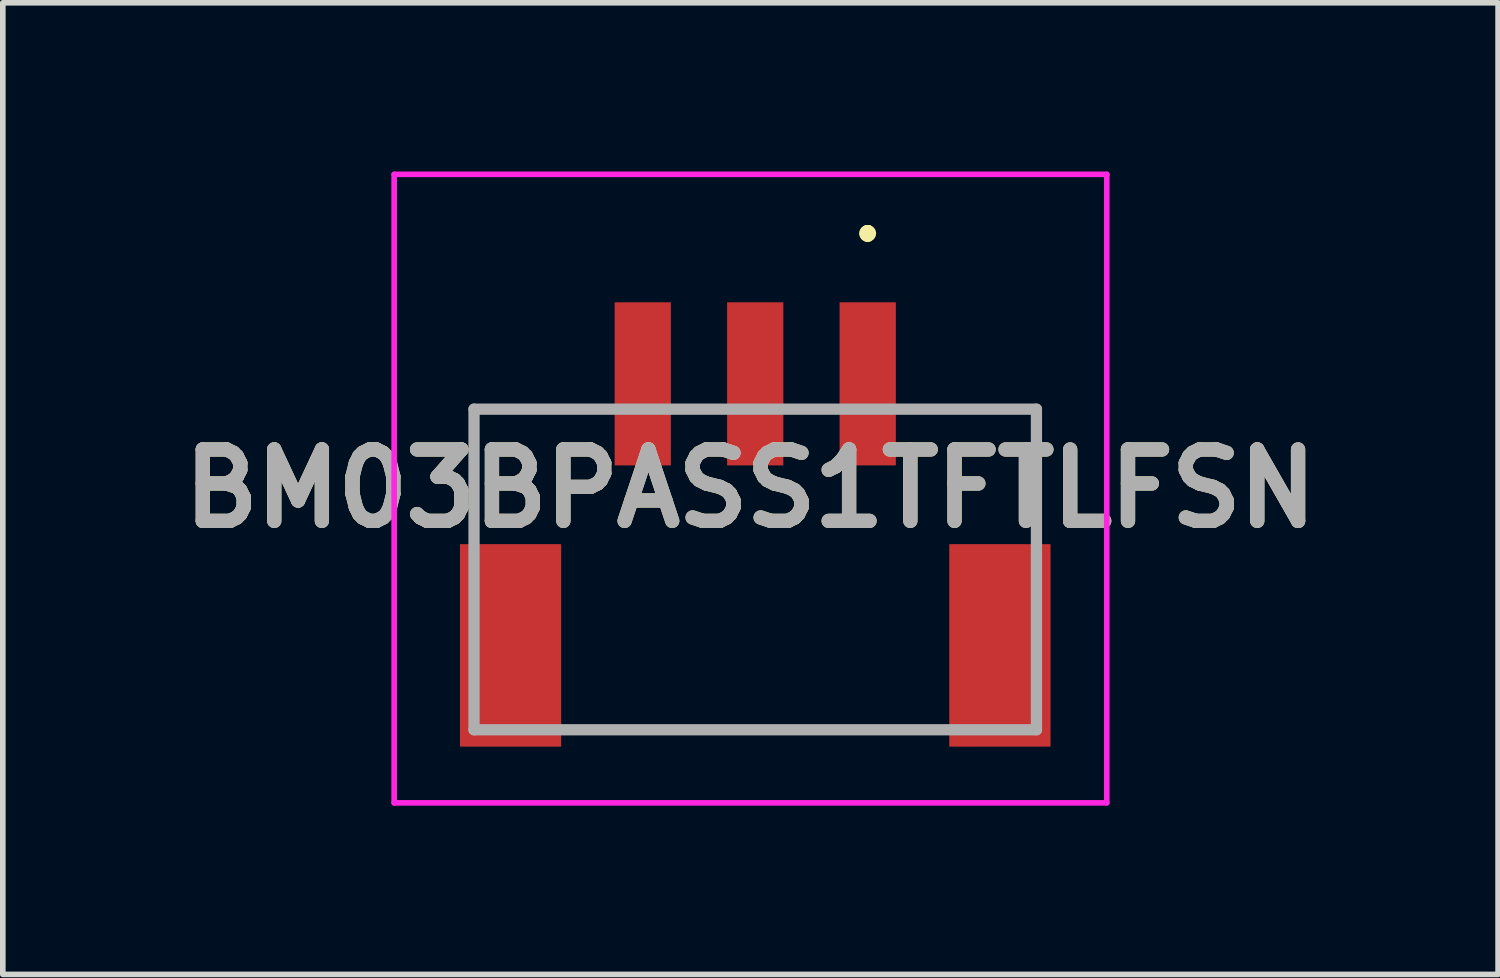
<source format=kicad_pcb>
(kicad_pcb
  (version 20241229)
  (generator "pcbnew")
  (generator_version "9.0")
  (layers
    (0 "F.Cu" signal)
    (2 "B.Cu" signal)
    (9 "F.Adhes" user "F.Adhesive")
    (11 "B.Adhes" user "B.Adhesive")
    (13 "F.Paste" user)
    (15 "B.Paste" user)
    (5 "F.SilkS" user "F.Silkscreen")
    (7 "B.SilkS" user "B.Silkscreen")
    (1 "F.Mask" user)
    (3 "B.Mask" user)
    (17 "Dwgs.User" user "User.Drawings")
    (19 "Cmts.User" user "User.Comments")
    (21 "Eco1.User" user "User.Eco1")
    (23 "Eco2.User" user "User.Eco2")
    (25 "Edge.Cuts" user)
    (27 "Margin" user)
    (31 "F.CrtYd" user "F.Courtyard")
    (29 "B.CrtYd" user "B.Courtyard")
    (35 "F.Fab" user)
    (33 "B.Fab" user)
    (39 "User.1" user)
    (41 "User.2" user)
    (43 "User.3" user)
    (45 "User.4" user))
  (footprint "BM03BPASS1TFTLFSN"
    (layer "F.Cu")
    (at 10.378 6.85)
    (property "Reference" "BM03BPASS1TFTLFSN" (at -0.085 -1.213 0) (layer "F.SilkS") (effects (font (size 1.27 1.27) (thickness 0.254))))
    (attr through_hole)
    (fp_line (start -3 3.1) (end 3.1 3.1) (stroke (width 0.1) (type solid)) (layer "F.SilkS"))
    (fp_line (start 2 -5.8) (end 2 -5.8) (stroke (width 0.2) (type solid)) (layer "F.SilkS"))
    (fp_line (start 2 -5.8) (end 2 -5.8) (stroke (width 0.2) (type solid)) (layer "F.SilkS"))
    (fp_line (start 2 -5.7) (end 2 -5.7) (stroke (width 0.2) (type solid)) (layer "F.SilkS"))
    (fp_arc (start 2 -5.8) (mid 2.05 -5.75) (end 2 -5.7) (stroke (width 0.2) (type solid)) (layer "F.SilkS"))
    (fp_arc (start 2 -5.7) (mid 1.95 -5.75) (end 2 -5.8) (stroke (width 0.2) (type solid)) (layer "F.SilkS"))
    (fp_arc (start 2 -5.7) (mid 1.95 -5.75) (end 2 -5.8) (stroke (width 0.2) (type solid)) (layer "F.SilkS"))
    (fp_line (start -6.42 -6.8) (end 6.25 -6.8) (stroke (width 0.1) (type solid)) (layer "F.CrtYd"))
    (fp_line (start -6.42 4.375) (end -6.42 -6.8) (stroke (width 0.1) (type solid)) (layer "F.CrtYd"))
    (fp_line (start 6.25 -6.8) (end 6.25 4.375) (stroke (width 0.1) (type solid)) (layer "F.CrtYd"))
    (fp_line (start 6.25 4.375) (end -6.42 4.375) (stroke (width 0.1) (type solid)) (layer "F.CrtYd"))
    (fp_line (start -5 -2.625) (end 5 -2.625) (stroke (width 0.2) (type solid)) (layer "F.Fab"))
    (fp_line (start -5 3.075) (end -5 -2.625) (stroke (width 0.2) (type solid)) (layer "F.Fab"))
    (fp_line (start 5 -2.625) (end 5 3.075) (stroke (width 0.2) (type solid)) (layer "F.Fab"))
    (fp_line (start 5 3.075) (end -5 3.075) (stroke (width 0.2) (type solid)) (layer "F.Fab"))
    (fp_text user "${REFERENCE}" (at -0.085 -1.213 0) (layer "F.Fab") (effects (font (size 1.27 1.27) (thickness 0.254))))
    (pad "" np_thru_hole circle (at -4.2 -1.825) (size 0.001 0.001) (drill 2.44) (layers "*.Cu" "*.Mask"))
    (pad "" np_thru_hole circle (at 4.2 -1.825) (size 0.001 0.001) (drill 0.9) (layers "*.Cu" "*.Mask"))
    (pad "1" smd rect (at 2 -3.075) (size 1 2.9) (layers "F.Cu" "F.Mask" "F.Paste"))
    (pad "2" smd rect (at 0 -3.075) (size 1 2.9) (layers "F.Cu" "F.Mask" "F.Paste"))
    (pad "3" smd rect (at -2 -3.075) (size 1 2.9) (layers "F.Cu" "F.Mask" "F.Paste"))
    (pad "MP1" smd rect (at 4.35 1.575) (size 1.8 3.6) (layers "F.Cu" "F.Mask" "F.Paste"))
    (pad "MP2" smd rect (at -4.35 1.575) (size 1.8 3.6) (layers "F.Cu" "F.Mask" "F.Paste")))
  (gr_rect
    (start -3 -3)
    (end 23.586 14.275)
    (stroke (width 0.1) (type default))
    (fill no)
    (layer "Edge.Cuts")))
</source>
